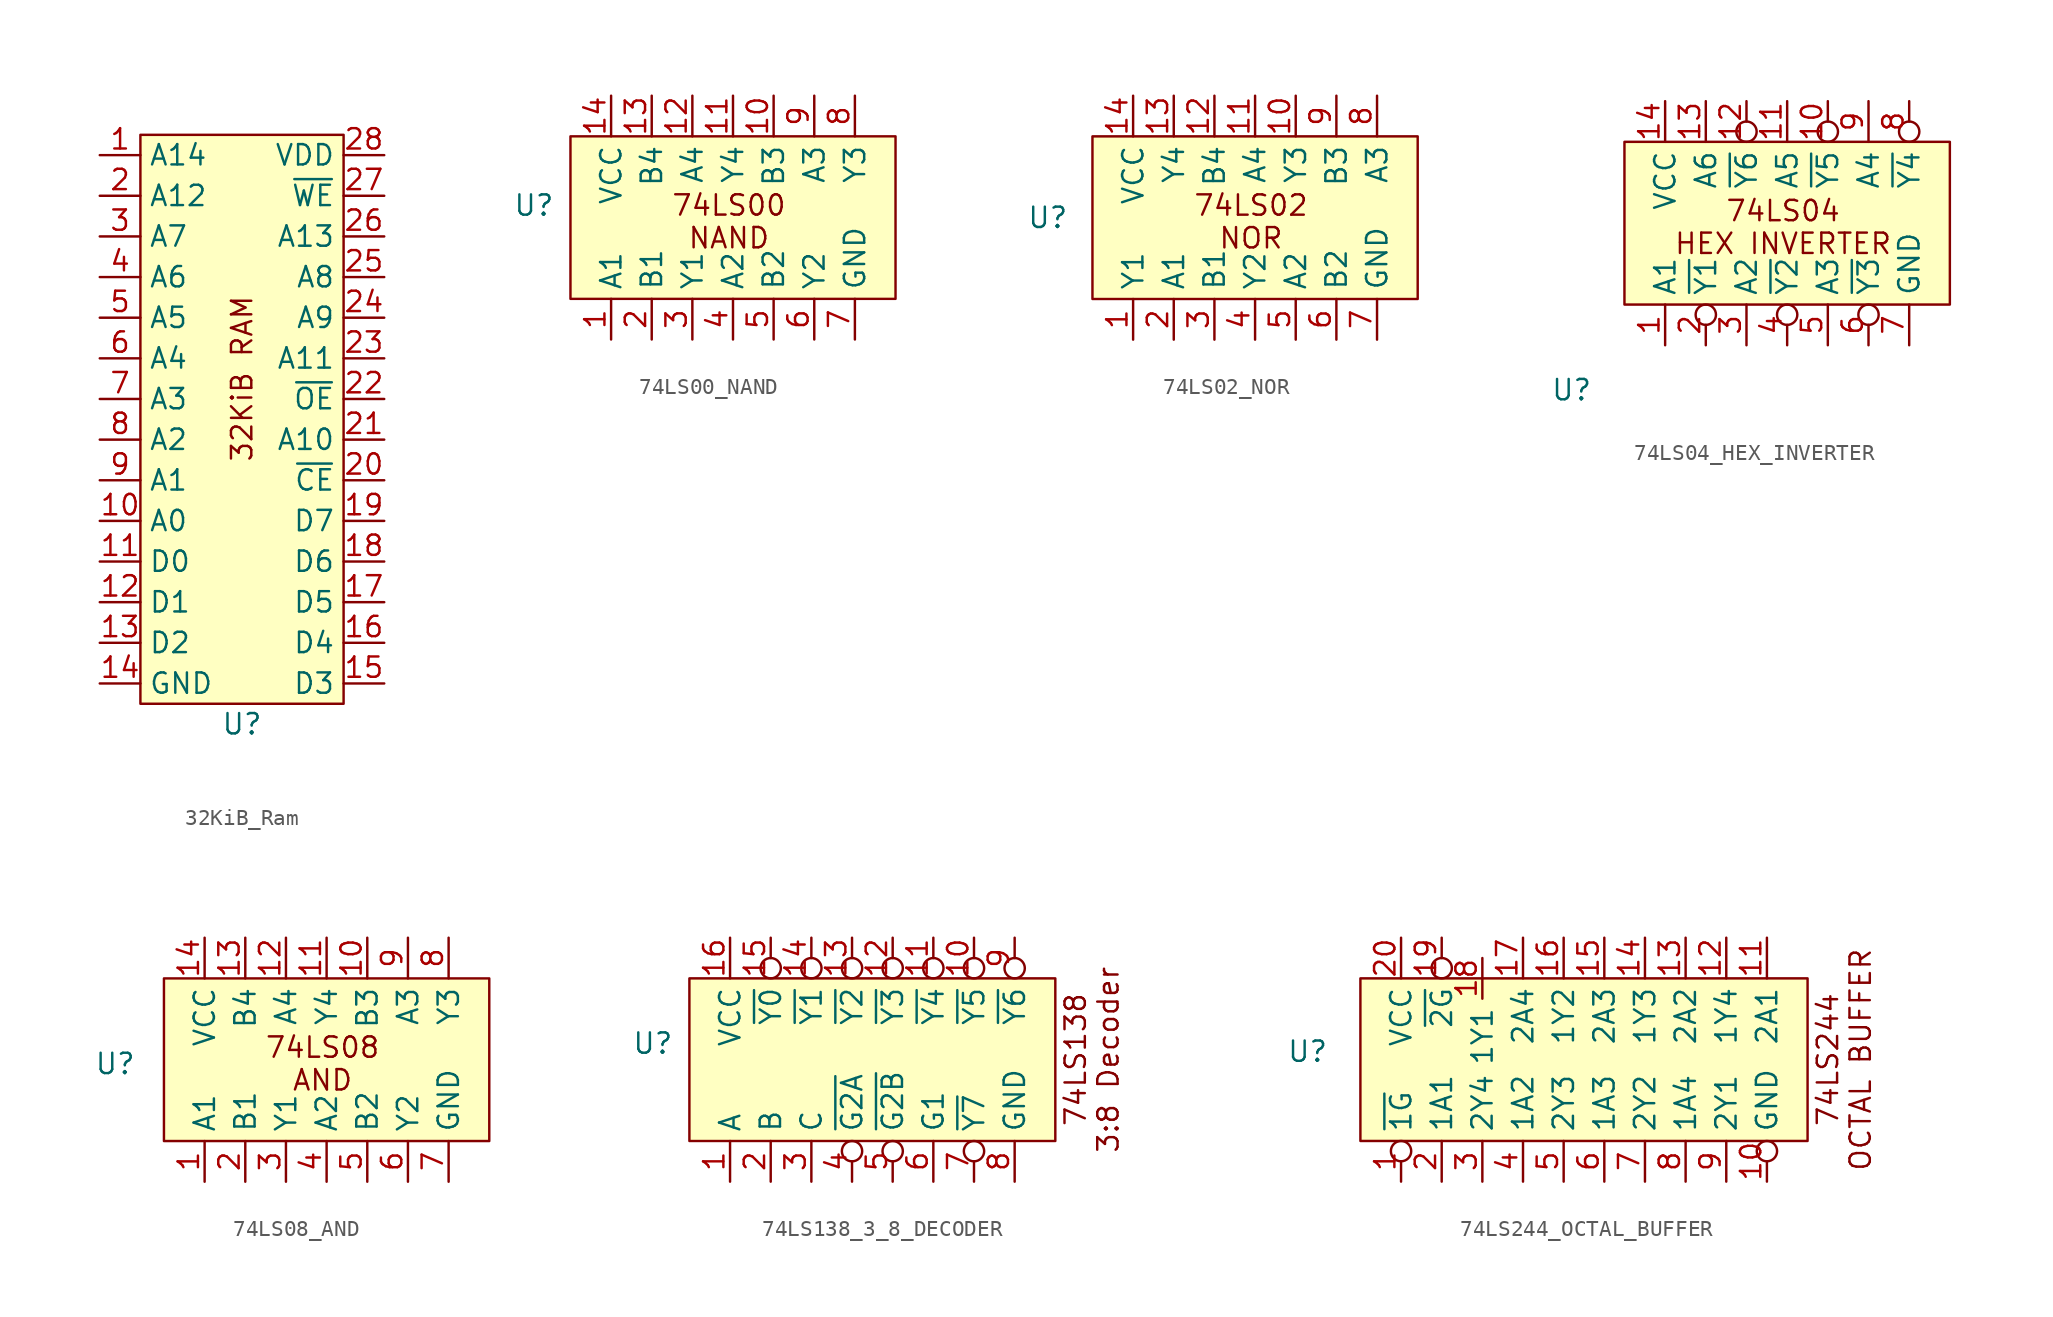
<source format=kicad_sym>
(kicad_symbol_lib
  (version 20231120)
  (generator "kicad_symbol_editor")
  (generator_version "8.0")
  (symbol "32KiB_Ram"
    (property "Reference" "U"
      (at 6.35 -1.27 0)
      (effects (font (size 1.27 1.27))))
    (property "Value" ""
      (at 0 0 0)
      (effects (font (size 1.27 1.27))))
    (symbol "32KiB_Ram_1_1"
      (rectangle (start 0 35.56) (end 12.7 0) (stroke (width 0) (type default)) (fill (type background)))
      (text "32KiB RAM" (at 6.35 20.32 900) (effects (font (size 1.27 1.27))))
      (pin input line (at -2.54 34.29 0) (length 2.54) (name "A14" (effects (font (size 1.27 1.27)))) (number "1" (effects (font (size 1.27 1.27)))))
      (pin input line (at -2.54 11.43 0) (length 2.54) (name "A0" (effects (font (size 1.27 1.27)))) (number "10" (effects (font (size 1.27 1.27)))))
      (pin bidirectional line (at -2.54 8.89 0) (length 2.54) (name "D0" (effects (font (size 1.27 1.27)))) (number "11" (effects (font (size 1.27 1.27)))))
      (pin bidirectional line (at -2.54 6.35 0) (length 2.54) (name "D1" (effects (font (size 1.27 1.27)))) (number "12" (effects (font (size 1.27 1.27)))))
      (pin bidirectional line (at -2.54 3.81 0) (length 2.54) (name "D2" (effects (font (size 1.27 1.27)))) (number "13" (effects (font (size 1.27 1.27)))))
      (pin power_in line (at -2.54 1.27 0) (length 2.54) (name "GND" (effects (font (size 1.27 1.27)))) (number "14" (effects (font (size 1.27 1.27)))))
      (pin bidirectional line (at 15.24 1.27 180) (length 2.54) (name "D3" (effects (font (size 1.27 1.27)))) (number "15" (effects (font (size 1.27 1.27)))))
      (pin bidirectional line (at 15.24 3.81 180) (length 2.54) (name "D4" (effects (font (size 1.27 1.27)))) (number "16" (effects (font (size 1.27 1.27)))))
      (pin bidirectional line (at 15.24 6.35 180) (length 2.54) (name "D5" (effects (font (size 1.27 1.27)))) (number "17" (effects (font (size 1.27 1.27)))))
      (pin bidirectional line (at 15.24 8.89 180) (length 2.54) (name "D6" (effects (font (size 1.27 1.27)))) (number "18" (effects (font (size 1.27 1.27)))))
      (pin bidirectional line (at 15.24 11.43 180) (length 2.54) (name "D7" (effects (font (size 1.27 1.27)))) (number "19" (effects (font (size 1.27 1.27)))))
      (pin input line (at -2.54 31.75 0) (length 2.54) (name "A12" (effects (font (size 1.27 1.27)))) (number "2" (effects (font (size 1.27 1.27)))))
      (pin input line (at 15.24 13.97 180) (length 2.54) (name "~{CE}" (effects (font (size 1.27 1.27)))) (number "20" (effects (font (size 1.27 1.27)))))
      (pin input line (at 15.24 16.51 180) (length 2.54) (name "A10" (effects (font (size 1.27 1.27)))) (number "21" (effects (font (size 1.27 1.27)))))
      (pin input line (at 15.24 19.05 180) (length 2.54) (name "~{OE}" (effects (font (size 1.27 1.27)))) (number "22" (effects (font (size 1.27 1.27)))))
      (pin input line (at 15.24 21.59 180) (length 2.54) (name "A11" (effects (font (size 1.27 1.27)))) (number "23" (effects (font (size 1.27 1.27)))))
      (pin input line (at 15.24 24.13 180) (length 2.54) (name "A9" (effects (font (size 1.27 1.27)))) (number "24" (effects (font (size 1.27 1.27)))))
      (pin input line (at 15.24 26.67 180) (length 2.54) (name "A8" (effects (font (size 1.27 1.27)))) (number "25" (effects (font (size 1.27 1.27)))))
      (pin input line (at 15.24 29.21 180) (length 2.54) (name "A13" (effects (font (size 1.27 1.27)))) (number "26" (effects (font (size 1.27 1.27)))))
      (pin input line (at 15.24 31.75 180) (length 2.54) (name "~{WE}" (effects (font (size 1.27 1.27)))) (number "27" (effects (font (size 1.27 1.27)))))
      (pin power_in line (at 15.24 34.29 180) (length 2.54) (name "VDD" (effects (font (size 1.27 1.27)))) (number "28" (effects (font (size 1.27 1.27)))))
      (pin input line (at -2.54 29.21 0) (length 2.54) (name "A7" (effects (font (size 1.27 1.27)))) (number "3" (effects (font (size 1.27 1.27)))))
      (pin input line (at -2.54 26.67 0) (length 2.54) (name "A6" (effects (font (size 1.27 1.27)))) (number "4" (effects (font (size 1.27 1.27)))))
      (pin input line (at -2.54 24.13 0) (length 2.54) (name "A5" (effects (font (size 1.27 1.27)))) (number "5" (effects (font (size 1.27 1.27)))))
      (pin input line (at -2.54 21.59 0) (length 2.54) (name "A4" (effects (font (size 1.27 1.27)))) (number "6" (effects (font (size 1.27 1.27)))))
      (pin input line (at -2.54 19.05 0) (length 2.54) (name "A3" (effects (font (size 1.27 1.27)))) (number "7" (effects (font (size 1.27 1.27)))))
      (pin input line (at -2.54 16.51 0) (length 2.54) (name "A2" (effects (font (size 1.27 1.27)))) (number "8" (effects (font (size 1.27 1.27)))))
      (pin input line (at -2.54 13.97 0) (length 2.54) (name "A1" (effects (font (size 1.27 1.27)))) (number "9" (effects (font (size 1.27 1.27)))))))
  (symbol "74LS00_NAND"
    (property "Reference" "U"
      (at -4.826 5.842 0)
      (effects (font (size 1.27 1.27))))
    (symbol "74LS00_NAND_0_1"
      (rectangle (start -2.54 10.16) (end 17.78 0) (stroke (width 0) (type default)) (fill (type background))))
    (symbol "74LS00_NAND_1_1"
      (text "74LS00\nNAND" (at 7.366 4.826 0) (effects (font (size 1.27 1.27))))
      (pin input line (at 0 -2.54 90) (length 2.54) (name "A1" (effects (font (size 1.27 1.27)))) (number "1" (effects (font (size 1.27 1.27)))))
      (pin input line (at 10.16 12.7 270) (length 2.54) (name "B3" (effects (font (size 1.27 1.27)))) (number "10" (effects (font (size 1.27 1.27)))))
      (pin output line (at 7.62 12.7 270) (length 2.54) (name "Y4" (effects (font (size 1.27 1.27)))) (number "11" (effects (font (size 1.27 1.27)))))
      (pin input line (at 5.08 12.7 270) (length 2.54) (name "A4" (effects (font (size 1.27 1.27)))) (number "12" (effects (font (size 1.27 1.27)))))
      (pin input line (at 2.54 12.7 270) (length 2.54) (name "B4" (effects (font (size 1.27 1.27)))) (number "13" (effects (font (size 1.27 1.27)))))
      (pin power_in line (at 0 12.7 270) (length 2.54) (name "VCC" (effects (font (size 1.27 1.27)))) (number "14" (effects (font (size 1.27 1.27)))))
      (pin input line (at 2.54 -2.54 90) (length 2.54) (name "B1" (effects (font (size 1.27 1.27)))) (number "2" (effects (font (size 1.27 1.27)))))
      (pin output line (at 5.08 -2.54 90) (length 2.54) (name "Y1" (effects (font (size 1.27 1.27)))) (number "3" (effects (font (size 1.27 1.27)))))
      (pin input line (at 7.62 -2.54 90) (length 2.54) (name "A2" (effects (font (size 1.27 1.27)))) (number "4" (effects (font (size 1.27 1.27)))))
      (pin input line (at 10.16 -2.54 90) (length 2.54) (name "B2" (effects (font (size 1.27 1.27)))) (number "5" (effects (font (size 1.27 1.27)))))
      (pin output line (at 12.7 -2.54 90) (length 2.54) (name "Y2" (effects (font (size 1.27 1.27)))) (number "6" (effects (font (size 1.27 1.27)))))
      (pin power_in line (at 15.24 -2.54 90) (length 2.54) (name "GND" (effects (font (size 1.27 1.27)))) (number "7" (effects (font (size 1.27 1.27)))))
      (pin output line (at 15.24 12.7 270) (length 2.54) (name "Y3" (effects (font (size 1.27 1.27)))) (number "8" (effects (font (size 1.27 1.27)))))
      (pin input line (at 12.7 12.7 270) (length 2.54) (name "A3" (effects (font (size 1.27 1.27)))) (number "9" (effects (font (size 1.27 1.27)))))))
  (symbol "74LS02_NOR"
    (property "Reference" "U"
      (at -5.334 5.08 0)
      (effects (font (size 1.27 1.27))))
    (symbol "74LS02_NOR_0_1"
      (rectangle (start -2.54 10.16) (end 17.78 0) (stroke (width 0) (type default)) (fill (type background))))
    (symbol "74LS02_NOR_1_1"
      (text "74LS02\nNOR" (at 7.366 4.826 0) (effects (font (size 1.27 1.27))))
      (pin output line (at 0 -2.54 90) (length 2.54) (name "Y1" (effects (font (size 1.27 1.27)))) (number "1" (effects (font (size 1.27 1.27)))))
      (pin output line (at 10.16 12.7 270) (length 2.54) (name "Y3" (effects (font (size 1.27 1.27)))) (number "10" (effects (font (size 1.27 1.27)))))
      (pin input line (at 7.62 12.7 270) (length 2.54) (name "A4" (effects (font (size 1.27 1.27)))) (number "11" (effects (font (size 1.27 1.27)))))
      (pin input line (at 5.08 12.7 270) (length 2.54) (name "B4" (effects (font (size 1.27 1.27)))) (number "12" (effects (font (size 1.27 1.27)))))
      (pin output line (at 2.54 12.7 270) (length 2.54) (name "Y4" (effects (font (size 1.27 1.27)))) (number "13" (effects (font (size 1.27 1.27)))))
      (pin power_in line (at 0 12.7 270) (length 2.54) (name "VCC" (effects (font (size 1.27 1.27)))) (number "14" (effects (font (size 1.27 1.27)))))
      (pin input line (at 2.54 -2.54 90) (length 2.54) (name "A1" (effects (font (size 1.27 1.27)))) (number "2" (effects (font (size 1.27 1.27)))))
      (pin input line (at 5.08 -2.54 90) (length 2.54) (name "B1" (effects (font (size 1.27 1.27)))) (number "3" (effects (font (size 1.27 1.27)))))
      (pin output line (at 7.62 -2.54 90) (length 2.54) (name "Y2" (effects (font (size 1.27 1.27)))) (number "4" (effects (font (size 1.27 1.27)))))
      (pin input line (at 10.16 -2.54 90) (length 2.54) (name "A2" (effects (font (size 1.27 1.27)))) (number "5" (effects (font (size 1.27 1.27)))))
      (pin input line (at 12.7 -2.54 90) (length 2.54) (name "B2" (effects (font (size 1.27 1.27)))) (number "6" (effects (font (size 1.27 1.27)))))
      (pin power_in line (at 15.24 -2.54 90) (length 2.54) (name "GND" (effects (font (size 1.27 1.27)))) (number "7" (effects (font (size 1.27 1.27)))))
      (pin input line (at 15.24 12.7 270) (length 2.54) (name "A3" (effects (font (size 1.27 1.27)))) (number "8" (effects (font (size 1.27 1.27)))))
      (pin input line (at 12.7 12.7 270) (length 2.54) (name "B3" (effects (font (size 1.27 1.27)))) (number "9" (effects (font (size 1.27 1.27)))))))
  (symbol "74LS04_HEX_INVERTER"
    (property "Reference" "U"
      (at -5.842 -5.334 0)
      (effects (font (size 1.27 1.27))))
    (property "Value" ""
      (at 0 0 0)
      (effects (font (size 1.27 1.27))))
    (symbol "74LS04_HEX_INVERTER_0_1"
      (rectangle (start -2.54 10.16) (end 17.78 0) (stroke (width 0) (type default)) (fill (type background))))
    (symbol "74LS04_HEX_INVERTER_1_1"
      (text "74LS04\nHEX INVERTER" (at 7.366 4.826 0) (effects (font (size 1.27 1.27))))
      (pin input line (at 0 -2.54 90) (length 2.54) (name "A1" (effects (font (size 1.27 1.27)))) (number "1" (effects (font (size 1.27 1.27)))))
      (pin output inverted (at 10.16 12.7 270) (length 2.54) (name "~{Y5}" (effects (font (size 1.27 1.27)))) (number "10" (effects (font (size 1.27 1.27)))))
      (pin input line (at 7.62 12.7 270) (length 2.54) (name "A5" (effects (font (size 1.27 1.27)))) (number "11" (effects (font (size 1.27 1.27)))))
      (pin output inverted (at 5.08 12.7 270) (length 2.54) (name "~{Y6}" (effects (font (size 1.27 1.27)))) (number "12" (effects (font (size 1.27 1.27)))))
      (pin input line (at 2.54 12.7 270) (length 2.54) (name "A6" (effects (font (size 1.27 1.27)))) (number "13" (effects (font (size 1.27 1.27)))))
      (pin power_in line (at 0 12.7 270) (length 2.54) (name "VCC" (effects (font (size 1.27 1.27)))) (number "14" (effects (font (size 1.27 1.27)))))
      (pin output inverted (at 2.54 -2.54 90) (length 2.54) (name "~{Y1}" (effects (font (size 1.27 1.27)))) (number "2" (effects (font (size 1.27 1.27)))))
      (pin input line (at 5.08 -2.54 90) (length 2.54) (name "A2" (effects (font (size 1.27 1.27)))) (number "3" (effects (font (size 1.27 1.27)))))
      (pin output inverted (at 7.62 -2.54 90) (length 2.54) (name "~{Y2}" (effects (font (size 1.27 1.27)))) (number "4" (effects (font (size 1.27 1.27)))))
      (pin input line (at 10.16 -2.54 90) (length 2.54) (name "A3" (effects (font (size 1.27 1.27)))) (number "5" (effects (font (size 1.27 1.27)))))
      (pin output inverted (at 12.7 -2.54 90) (length 2.54) (name "~{Y3}" (effects (font (size 1.27 1.27)))) (number "6" (effects (font (size 1.27 1.27)))))
      (pin power_in line (at 15.24 -2.54 90) (length 2.54) (name "GND" (effects (font (size 1.27 1.27)))) (number "7" (effects (font (size 1.27 1.27)))))
      (pin output inverted (at 15.24 12.7 270) (length 2.54) (name "~{Y4}" (effects (font (size 1.27 1.27)))) (number "8" (effects (font (size 1.27 1.27)))))
      (pin input line (at 12.7 12.7 270) (length 2.54) (name "A4" (effects (font (size 1.27 1.27)))) (number "9" (effects (font (size 1.27 1.27)))))))
  (symbol "74LS08_AND"
    (property "Reference" "U"
      (at -5.588 4.826 0)
      (effects (font (size 1.27 1.27))))
    (property "Value" ""
      (at 0 0 0)
      (effects (font (size 1.27 1.27))))
    (symbol "74LS08_AND_0_1"
      (rectangle (start -2.54 10.16) (end 17.78 0) (stroke (width 0) (type default)) (fill (type background))))
    (symbol "74LS08_AND_1_1"
      (text "74LS08\nAND" (at 7.366 4.826 0) (effects (font (size 1.27 1.27))))
      (pin input line (at 0 -2.54 90) (length 2.54) (name "A1" (effects (font (size 1.27 1.27)))) (number "1" (effects (font (size 1.27 1.27)))))
      (pin input line (at 10.16 12.7 270) (length 2.54) (name "B3" (effects (font (size 1.27 1.27)))) (number "10" (effects (font (size 1.27 1.27)))))
      (pin output line (at 7.62 12.7 270) (length 2.54) (name "Y4" (effects (font (size 1.27 1.27)))) (number "11" (effects (font (size 1.27 1.27)))))
      (pin input line (at 5.08 12.7 270) (length 2.54) (name "A4" (effects (font (size 1.27 1.27)))) (number "12" (effects (font (size 1.27 1.27)))))
      (pin input line (at 2.54 12.7 270) (length 2.54) (name "B4" (effects (font (size 1.27 1.27)))) (number "13" (effects (font (size 1.27 1.27)))))
      (pin power_in line (at 0 12.7 270) (length 2.54) (name "VCC" (effects (font (size 1.27 1.27)))) (number "14" (effects (font (size 1.27 1.27)))))
      (pin input line (at 2.54 -2.54 90) (length 2.54) (name "B1" (effects (font (size 1.27 1.27)))) (number "2" (effects (font (size 1.27 1.27)))))
      (pin output line (at 5.08 -2.54 90) (length 2.54) (name "Y1" (effects (font (size 1.27 1.27)))) (number "3" (effects (font (size 1.27 1.27)))))
      (pin input line (at 7.62 -2.54 90) (length 2.54) (name "A2" (effects (font (size 1.27 1.27)))) (number "4" (effects (font (size 1.27 1.27)))))
      (pin input line (at 10.16 -2.54 90) (length 2.54) (name "B2" (effects (font (size 1.27 1.27)))) (number "5" (effects (font (size 1.27 1.27)))))
      (pin output line (at 12.7 -2.54 90) (length 2.54) (name "Y2" (effects (font (size 1.27 1.27)))) (number "6" (effects (font (size 1.27 1.27)))))
      (pin power_in line (at 15.24 -2.54 90) (length 2.54) (name "GND" (effects (font (size 1.27 1.27)))) (number "7" (effects (font (size 1.27 1.27)))))
      (pin output line (at 15.24 12.7 270) (length 2.54) (name "Y3" (effects (font (size 1.27 1.27)))) (number "8" (effects (font (size 1.27 1.27)))))
      (pin input line (at 12.7 12.7 270) (length 2.54) (name "A3" (effects (font (size 1.27 1.27)))) (number "9" (effects (font (size 1.27 1.27)))))))
  (symbol "74LS138_3_8_DECODER"
    (property "Reference" "U"
      (at -4.826 6.096 0)
      (effects (font (size 1.27 1.27))))
    (symbol "74LS138_3_8_DECODER_0_1"
      (rectangle (start -2.54 10.16) (end 20.32 0) (stroke (width 0) (type default)) (fill (type background))))
    (symbol "74LS138_3_8_DECODER_1_1"
      (text "74LS138\n3:8 Decoder" (at 22.606 5.08 900) (effects (font (size 1.27 1.27))))
      (pin input line (at 0 -2.54 90) (length 2.54) (name "A" (effects (font (size 1.27 1.27)))) (number "1" (effects (font (size 1.27 1.27)))))
      (pin output inverted (at 15.24 12.7 270) (length 2.54) (name "~{Y5}" (effects (font (size 1.27 1.27)))) (number "10" (effects (font (size 1.27 1.27)))))
      (pin output inverted (at 12.7 12.7 270) (length 2.54) (name "~{Y4}" (effects (font (size 1.27 1.27)))) (number "11" (effects (font (size 1.27 1.27)))))
      (pin output inverted (at 10.16 12.7 270) (length 2.54) (name "~{Y3}" (effects (font (size 1.27 1.27)))) (number "12" (effects (font (size 1.27 1.27)))))
      (pin output inverted (at 7.62 12.7 270) (length 2.54) (name "~{Y2}" (effects (font (size 1.27 1.27)))) (number "13" (effects (font (size 1.27 1.27)))))
      (pin output inverted (at 5.08 12.7 270) (length 2.54) (name "~{Y1}" (effects (font (size 1.27 1.27)))) (number "14" (effects (font (size 1.27 1.27)))))
      (pin output inverted (at 2.54 12.7 270) (length 2.54) (name "~{Y0}" (effects (font (size 1.27 1.27)))) (number "15" (effects (font (size 1.27 1.27)))))
      (pin power_in line (at 0 12.7 270) (length 2.54) (name "VCC" (effects (font (size 1.27 1.27)))) (number "16" (effects (font (size 1.27 1.27)))))
      (pin input line (at 2.54 -2.54 90) (length 2.54) (name "B" (effects (font (size 1.27 1.27)))) (number "2" (effects (font (size 1.27 1.27)))))
      (pin input line (at 5.08 -2.54 90) (length 2.54) (name "C" (effects (font (size 1.27 1.27)))) (number "3" (effects (font (size 1.27 1.27)))))
      (pin input inverted (at 7.62 -2.54 90) (length 2.54) (name "~{G2A}" (effects (font (size 1.27 1.27)))) (number "4" (effects (font (size 1.27 1.27)))))
      (pin input inverted (at 10.16 -2.54 90) (length 2.54) (name "~{G2B}" (effects (font (size 1.27 1.27)))) (number "5" (effects (font (size 1.27 1.27)))))
      (pin input line (at 12.7 -2.54 90) (length 2.54) (name "G1" (effects (font (size 1.27 1.27)))) (number "6" (effects (font (size 1.27 1.27)))))
      (pin output inverted (at 15.24 -2.54 90) (length 2.54) (name "~{Y7}" (effects (font (size 1.27 1.27)))) (number "7" (effects (font (size 1.27 1.27)))))
      (pin power_in line (at 17.78 -2.54 90) (length 2.54) (name "GND" (effects (font (size 1.27 1.27)))) (number "8" (effects (font (size 1.27 1.27)))))
      (pin output inverted (at 17.78 12.7 270) (length 2.54) (name "~{Y6}" (effects (font (size 1.27 1.27)))) (number "9" (effects (font (size 1.27 1.27)))))))
  (symbol "74LS244_OCTAL_BUFFER"
    (property "Reference" "U"
      (at -5.842 5.588 0)
      (effects (font (size 1.27 1.27))))
    (property "Value" ""
      (at 0 0 0)
      (effects (font (size 1.27 1.27))))
    (symbol "74LS244_OCTAL_BUFFER_0_1"
      (rectangle (start -2.54 10.16) (end 25.4 0) (stroke (width 0) (type default)) (fill (type background))))
    (symbol "74LS244_OCTAL_BUFFER_1_1"
      (text "74LS244\nOCTAL BUFFER" (at 27.686 5.08 900) (effects (font (size 1.27 1.27))))
      (pin input inverted (at 0 -2.54 90) (length 2.54) (name "~{1G}" (effects (font (size 1.27 1.27)))) (number "1" (effects (font (size 1.27 1.27)))))
      (pin power_in inverted (at 22.86 -2.54 90) (length 2.54) (name "GND" (effects (font (size 1.27 1.27)))) (number "10" (effects (font (size 1.27 1.27)))))
      (pin input line (at 22.86 12.7 270) (length 2.54) (name "2A1" (effects (font (size 1.27 1.27)))) (number "11" (effects (font (size 1.27 1.27)))))
      (pin output line (at 20.32 12.7 270) (length 2.54) (name "1Y4" (effects (font (size 1.27 1.27)))) (number "12" (effects (font (size 1.27 1.27)))))
      (pin input line (at 17.78 12.7 270) (length 2.54) (name "2A2" (effects (font (size 1.27 1.27)))) (number "13" (effects (font (size 1.27 1.27)))))
      (pin output line (at 15.24 12.7 270) (length 2.54) (name "1Y3" (effects (font (size 1.27 1.27)))) (number "14" (effects (font (size 1.27 1.27)))))
      (pin input line (at 12.7 12.7 270) (length 2.54) (name "2A3" (effects (font (size 1.27 1.27)))) (number "15" (effects (font (size 1.27 1.27)))))
      (pin output line (at 10.16 12.7 270) (length 2.54) (name "1Y2" (effects (font (size 1.27 1.27)))) (number "16" (effects (font (size 1.27 1.27)))))
      (pin input line (at 7.62 12.7 270) (length 2.54) (name "2A4" (effects (font (size 1.27 1.27)))) (number "17" (effects (font (size 1.27 1.27)))))
      (pin output line (at 5.08 11.43 270) (length 2.54) (name "1Y1" (effects (font (size 1.27 1.27)))) (number "18" (effects (font (size 1.27 1.27)))))
      (pin input inverted (at 2.54 12.7 270) (length 2.54) (name "~{2G}" (effects (font (size 1.27 1.27)))) (number "19" (effects (font (size 1.27 1.27)))))
      (pin input line (at 2.54 -2.54 90) (length 2.54) (name "1A1" (effects (font (size 1.27 1.27)))) (number "2" (effects (font (size 1.27 1.27)))))
      (pin power_in line (at 0 12.7 270) (length 2.54) (name "VCC" (effects (font (size 1.27 1.27)))) (number "20" (effects (font (size 1.27 1.27)))))
      (pin output line (at 5.08 -2.54 90) (length 2.54) (name "2Y4" (effects (font (size 1.27 1.27)))) (number "3" (effects (font (size 1.27 1.27)))))
      (pin input line (at 7.62 -2.54 90) (length 2.54) (name "1A2" (effects (font (size 1.27 1.27)))) (number "4" (effects (font (size 1.27 1.27)))))
      (pin output line (at 10.16 -2.54 90) (length 2.54) (name "2Y3" (effects (font (size 1.27 1.27)))) (number "5" (effects (font (size 1.27 1.27)))))
      (pin input line (at 12.7 -2.54 90) (length 2.54) (name "1A3" (effects (font (size 1.27 1.27)))) (number "6" (effects (font (size 1.27 1.27)))))
      (pin output line (at 15.24 -2.54 90) (length 2.54) (name "2Y2" (effects (font (size 1.27 1.27)))) (number "7" (effects (font (size 1.27 1.27)))))
      (pin input line (at 17.78 -2.54 90) (length 2.54) (name "1A4" (effects (font (size 1.27 1.27)))) (number "8" (effects (font (size 1.27 1.27)))))
      (pin output line (at 20.32 -2.54 90) (length 2.54) (name "2Y1" (effects (font (size 1.27 1.27)))) (number "9" (effects (font (size 1.27 1.27))))))))
</source>
